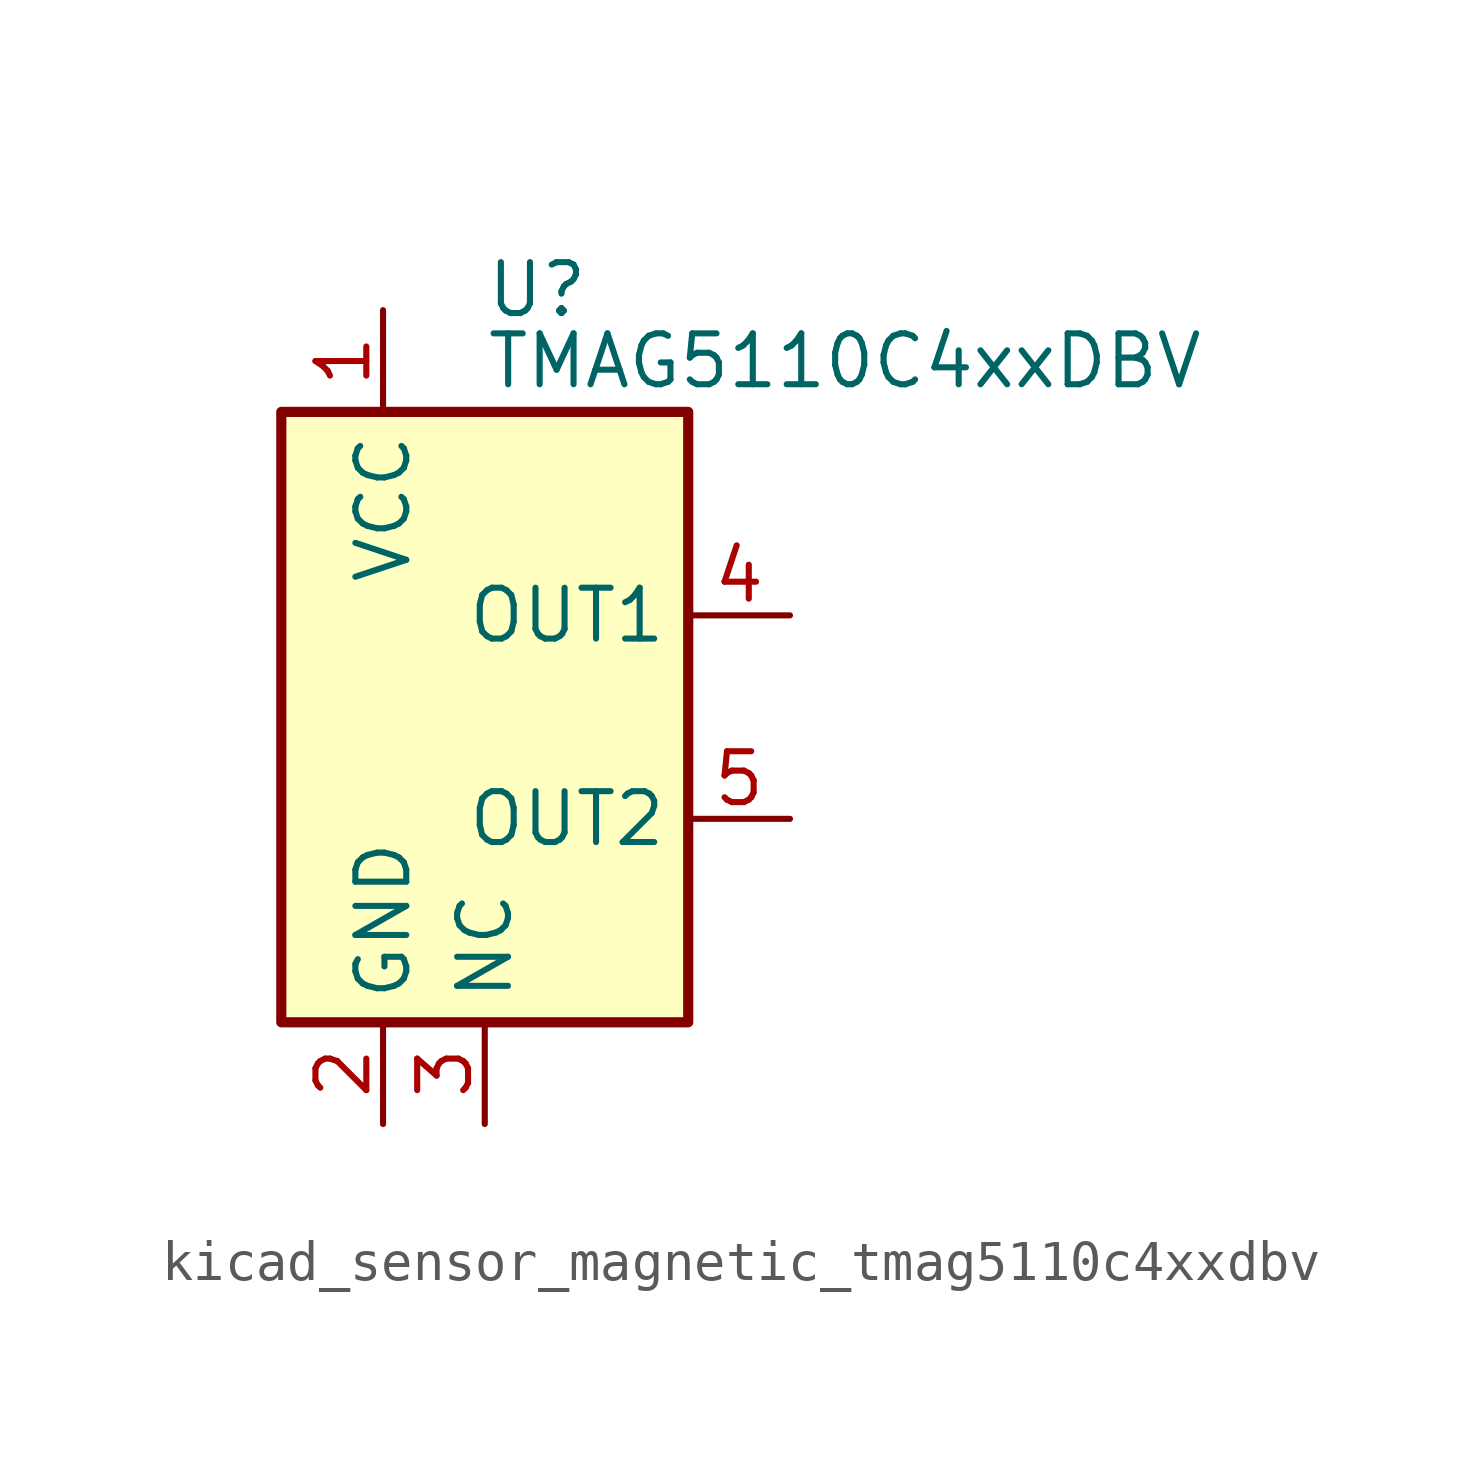
<source format=kicad_sym>
(kicad_symbol_lib
  (version 20220914)
  (generator kicad_symbol_editor)
  (symbol "kicad_sensor_magnetic_tmag5110c4xxdbv"
    (property "Reference" "U"
      (at 0 10.668 0)
      (effects (font (size 1.27 1.27)) (justify left)))
    (property "Value" "TMAG5110C4xxDBV"
      (at 0 8.89 0)
      (effects (font (size 1.27 1.27)) (justify left)))
    (symbol "kicad_sensor_magnetic_tmag5110c4xxdbv_0_0"
      (pin passive line (at 0 -10.16 90) (length 2.54) (name "NC" (effects (font (size 1.27 1.27)))) (number "3" (effects (font (size 1.27 1.27)))))
      (pin open_collector line (at 7.62 -2.54 180) (length 2.54) (name "OUT2" (effects (font (size 1.27 1.27)))) (number "5" (effects (font (size 1.27 1.27))))))
    (symbol "kicad_sensor_magnetic_tmag5110c4xxdbv_0_1"
      (rectangle (start -5.08 7.62) (end 5.08 -7.62) (stroke (width 0.254) (type default)) (fill (type background))))
    (symbol "kicad_sensor_magnetic_tmag5110c4xxdbv_1_1"
      (pin power_in line (at -2.54 10.16 270) (length 2.54) (name "VCC" (effects (font (size 1.27 1.27)))) (number "1" (effects (font (size 1.27 1.27)))))
      (pin power_in line (at -2.54 -10.16 90) (length 2.54) (name "GND" (effects (font (size 1.27 1.27)))) (number "2" (effects (font (size 1.27 1.27)))))
      (pin open_collector line (at 7.62 2.54 180) (length 2.54) (name "OUT1" (effects (font (size 1.27 1.27)))) (number "4" (effects (font (size 1.27 1.27))))))))
</source>
